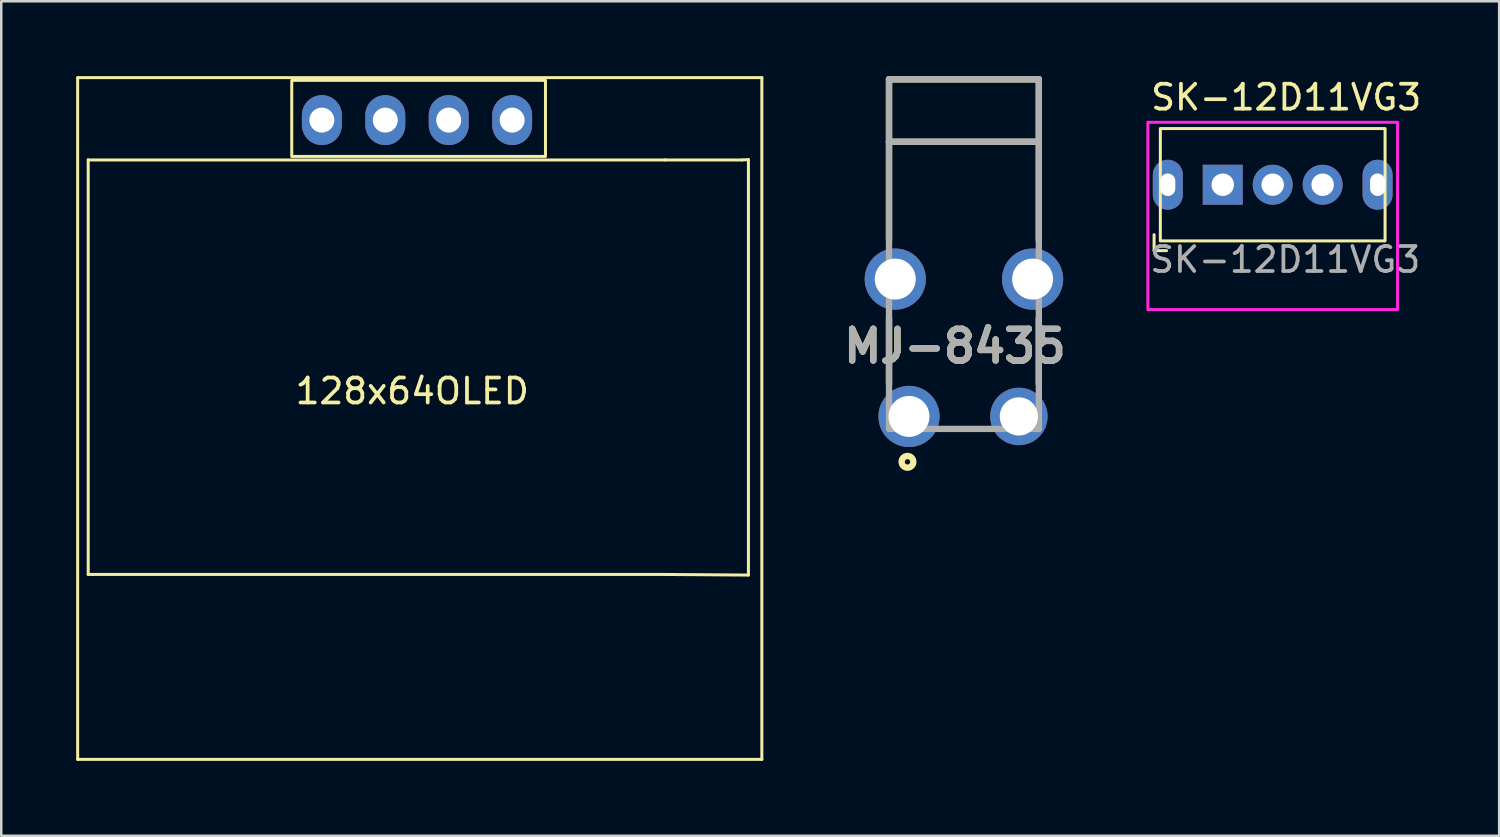
<source format=kicad_pcb>
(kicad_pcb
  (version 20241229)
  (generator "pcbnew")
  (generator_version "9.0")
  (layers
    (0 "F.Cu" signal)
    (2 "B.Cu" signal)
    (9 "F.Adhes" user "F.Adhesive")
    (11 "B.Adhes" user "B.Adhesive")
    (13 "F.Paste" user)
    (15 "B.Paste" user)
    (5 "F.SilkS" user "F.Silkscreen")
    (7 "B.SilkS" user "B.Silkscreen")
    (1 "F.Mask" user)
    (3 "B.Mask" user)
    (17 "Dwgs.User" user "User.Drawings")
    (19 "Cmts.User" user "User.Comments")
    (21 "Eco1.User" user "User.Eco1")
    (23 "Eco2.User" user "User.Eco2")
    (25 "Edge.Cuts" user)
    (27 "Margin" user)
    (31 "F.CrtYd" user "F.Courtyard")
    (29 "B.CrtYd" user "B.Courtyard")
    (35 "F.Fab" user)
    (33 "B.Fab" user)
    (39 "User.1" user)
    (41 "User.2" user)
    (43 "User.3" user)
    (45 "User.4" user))
  (footprint "MJ-8435"
    (layer "F.Cu")
    (at 35.553 2.627)
    (property "Reference" "MJ-8435" (at -0.364 8.187 0) (layer "F.SilkS") (effects (font (size 1.27 1.27) (thickness 0.254))))
    (attr through_hole)
    (fp_line (start -3 -2.5) (end -3 0) (stroke (width 0.254) (type solid)) (layer "F.SilkS"))
    (fp_line (start -3 -2.5) (end 3 -2.5) (stroke (width 0.254) (type solid)) (layer "F.SilkS"))
    (fp_line (start -3 0) (end -3 3.943) (stroke (width 0.254) (type solid)) (layer "F.SilkS"))
    (fp_line (start -3 0) (end 3 0) (stroke (width 0.254) (type solid)) (layer "F.SilkS"))
    (fp_line (start -3 7.053) (end -3 9.7) (stroke (width 0.254) (type solid)) (layer "F.SilkS"))
    (fp_line (start 3 0) (end 3 -2.5) (stroke (width 0.254) (type solid)) (layer "F.SilkS"))
    (fp_line (start 3 0) (end 3 3.943) (stroke (width 0.254) (type solid)) (layer "F.SilkS"))
    (fp_line (start 3 7.053) (end 3 9.7) (stroke (width 0.254) (type solid)) (layer "F.SilkS"))
    (fp_circle (center -2.261 12.818) (end -2.261 12.925) (stroke (width 0.254) (type solid)) (fill no) (layer "F.SilkS"))
    (fp_line (start -3 0) (end -3 -2.5) (stroke (width 0.254) (type solid)) (layer "F.Fab"))
    (fp_line (start -3 0) (end 3 0) (stroke (width 0.254) (type solid)) (layer "F.Fab"))
    (fp_line (start -3 11.5) (end -3 0) (stroke (width 0.254) (type solid)) (layer "F.Fab"))
    (fp_line (start 3 -2.5) (end -3 -2.5) (stroke (width 0.254) (type solid)) (layer "F.Fab"))
    (fp_line (start 3 0) (end 3 -2.5) (stroke (width 0.254) (type solid)) (layer "F.Fab"))
    (fp_line (start 3 0) (end 3 11.5) (stroke (width 0.254) (type solid)) (layer "F.Fab"))
    (fp_line (start 3 11.5) (end -3 11.5) (stroke (width 0.254) (type solid)) (layer "F.Fab"))
    (fp_text user "${REFERENCE}" (at -0.364 8.187 0) (layer "F.Fab") (effects (font (size 1.27 1.27) (thickness 0.254))))
    (pad "1" thru_hole circle (at -2.2 11) (size 2.45 2.45) (drill 1.64) (layers "*.Cu" "*.Mask"))
    (pad "2" thru_hole circle (at -2.75 5.5) (size 2.45 2.45) (drill 1.64) (layers "*.Cu" "*.Mask"))
    (pad "3" thru_hole circle (at 2.75 5.5) (size 2.45 2.45) (drill 1.64) (layers "*.Cu" "*.Mask"))
    (pad "4" thru_hole circle (at 2.2 11) (size 2.3 2.3) (drill 1.53) (layers "*.Cu" "*.Mask")))
  (footprint "SK-12D11VG3"
    (layer "F.Cu")
    (at 45.918 4.348)
    (property "Reference" "SK-12D11VG3" (at 2.54 -3.5 0) (layer "F.SilkS") (effects (font (size 1 1) (thickness 0.15))))
    (attr through_hole)
    (fp_line (start -2.75 2) (end -2.75 2.64) (stroke (width 0.12) (type solid)) (layer "F.SilkS"))
    (fp_line (start -2.75 2.64) (end -2.25 2.64) (stroke (width 0.12) (type solid)) (layer "F.SilkS"))
    (fp_rect (start -2.5 -2.25) (end 6.5 2.25) (stroke (width 0.12) (type solid)) (fill no) (layer "F.SilkS"))
    (fp_rect (start -3 -2.5) (end 7 5) (stroke (width 0.12) (type solid)) (fill no) (layer "F.CrtYd"))
    (fp_text user "${REFERENCE}" (at 2.5 3 0) (layer "F.Fab") (effects (font (size 1 1) (thickness 0.15))))
    (pad "1" thru_hole rect (at 0 0) (size 1.6 1.6) (drill 0.9) (layers "*.Cu" "*.Mask"))
    (pad "2" thru_hole circle (at 2 0) (size 1.6 1.6) (drill 0.9) (layers "*.Cu" "*.Mask"))
    (pad "3" thru_hole circle (at 4 0) (size 1.6 1.6) (drill 0.9) (layers "*.Cu" "*.Mask"))
    (pad "4" thru_hole oval (at -2.2 0) (size 1.2 2) (drill oval 0.6 0.9) (layers "*.Cu" "*.Mask"))
    (pad "5" thru_hole oval (at 6.2 0) (size 1.2 2) (drill oval 0.6 0.9) (layers "*.Cu" "*.Mask")))
  (footprint "128x64OLED"
    (layer "F.Cu")
    (at 13.46 12.36)
    (property "Reference" "128x64OLED" (at 0 0.254 0) (layer "F.SilkS") (effects (font (size 1 1) (thickness 0.15))))
    (attr through_hole)
    (fp_line (start -13.4 -12.3) (end 14 -12.3) (stroke (width 0.12) (type solid)) (layer "F.SilkS"))
    (fp_line (start -13.4 15) (end -13.4 -12.3) (stroke (width 0.12) (type solid)) (layer "F.SilkS"))
    (fp_line (start -12.978 -9.005) (end 10.122 -9.005) (stroke (width 0.12) (type solid)) (layer "F.SilkS"))
    (fp_line (start -12.978 7.595) (end -12.978 -9.005) (stroke (width 0.12) (type solid)) (layer "F.SilkS"))
    (fp_line (start 10.122 -9.005) (end 13.208 -9.005) (stroke (width 0.12) (type solid)) (layer "F.SilkS"))
    (fp_line (start 10.122 7.595) (end -12.978 7.595) (stroke (width 0.12) (type solid)) (layer "F.SilkS"))
    (fp_line (start 10.122 7.595) (end 13.462 7.62) (stroke (width 0.12) (type solid)) (layer "F.SilkS"))
    (fp_line (start 13.462 -9.017) (end 13.208 -9.005) (stroke (width 0.12) (type solid)) (layer "F.SilkS"))
    (fp_line (start 13.462 7.62) (end 13.462 -9.017) (stroke (width 0.12) (type solid)) (layer "F.SilkS"))
    (fp_line (start 14 -12.3) (end 14 15) (stroke (width 0.12) (type solid)) (layer "F.SilkS"))
    (fp_line (start 14 15) (end -13.4 15) (stroke (width 0.12) (type solid)) (layer "F.SilkS"))
    (fp_rect (start -4.826 -12.192) (end 5.334 -9.144) (stroke (width 0.12) (type solid)) (fill no) (layer "F.SilkS"))
    (pad "1" thru_hole oval (at -3.62 -10.6 90) (size 2 1.6) (drill 1) (layers "*.Cu" "*.Mask"))
    (pad "2" thru_hole oval (at -1.08 -10.6 90) (size 2 1.6) (drill 1) (layers "*.Cu" "*.Mask"))
    (pad "3" thru_hole oval (at 1.46 -10.6 90) (size 2 1.6) (drill 1) (layers "*.Cu" "*.Mask"))
    (pad "4" thru_hole oval (at 4 -10.6 90) (size 2 1.6) (drill 1) (layers "*.Cu" "*.Mask")))
  (gr_rect
    (start -3 -3)
    (end 56.987 30.42)
    (stroke (width 0.1) (type default))
    (fill no)
    (layer "Edge.Cuts")))
</source>
